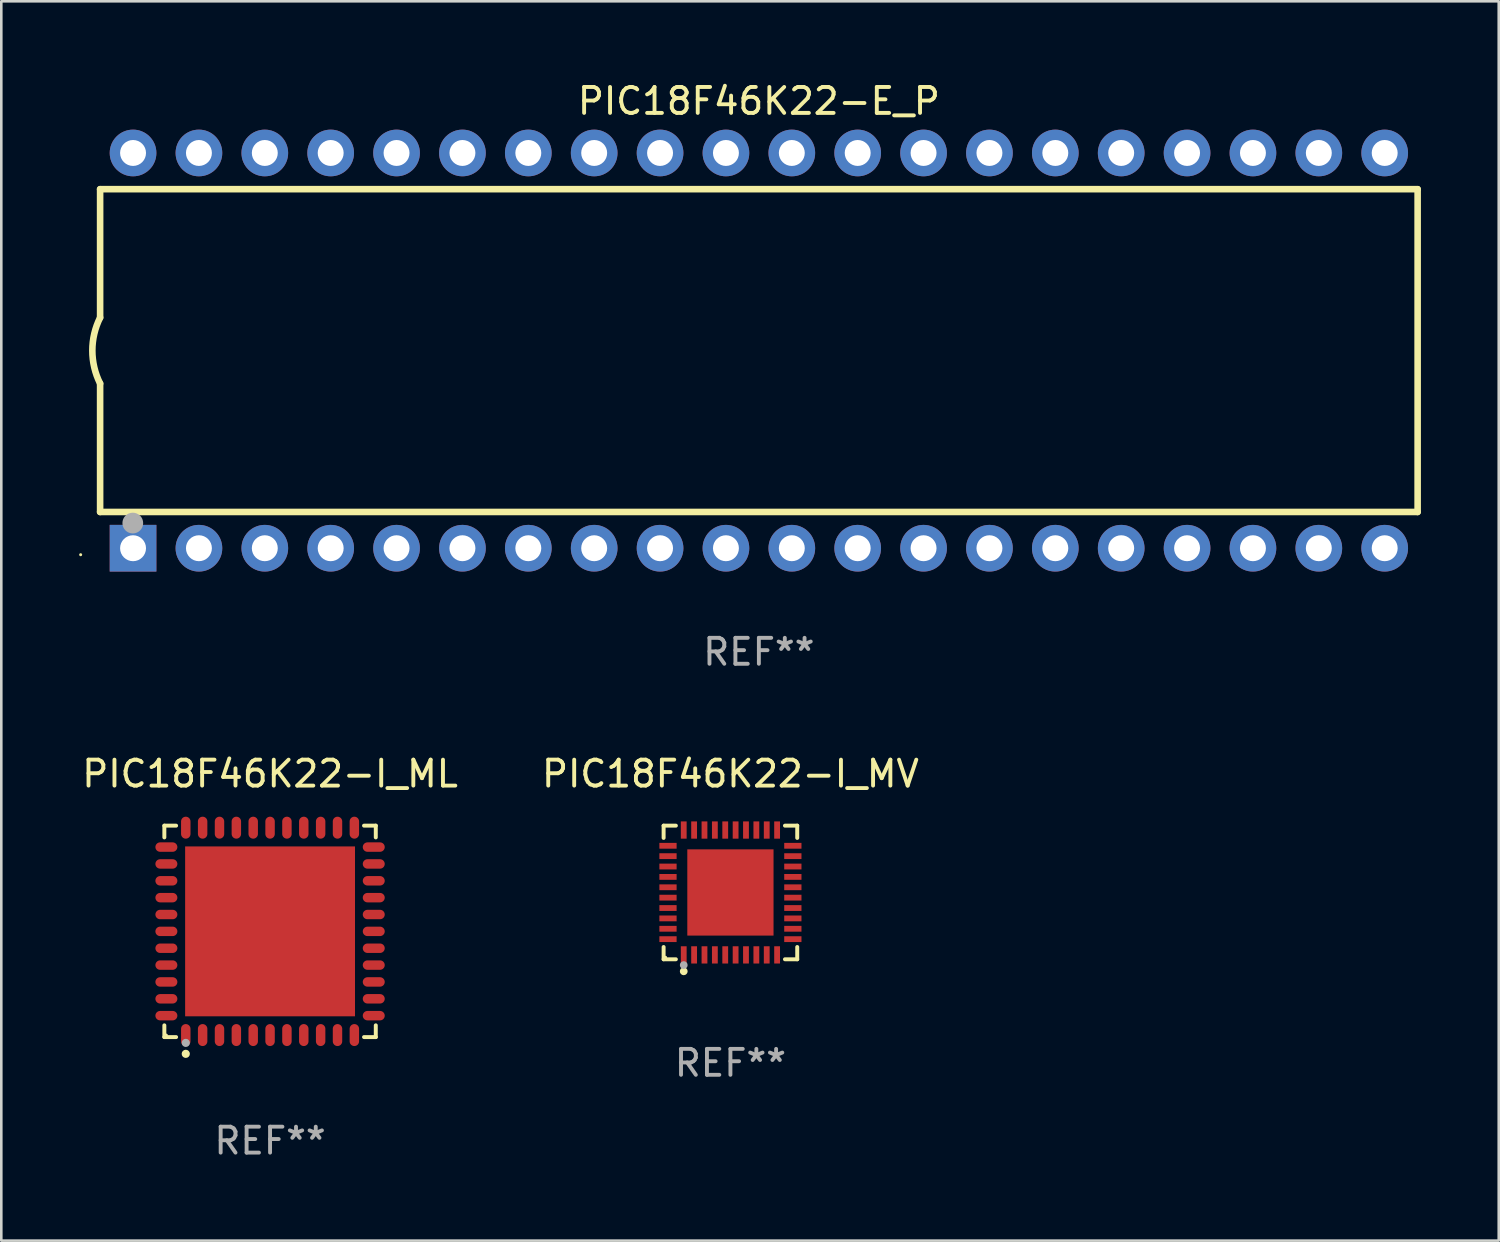
<source format=kicad_pcb>
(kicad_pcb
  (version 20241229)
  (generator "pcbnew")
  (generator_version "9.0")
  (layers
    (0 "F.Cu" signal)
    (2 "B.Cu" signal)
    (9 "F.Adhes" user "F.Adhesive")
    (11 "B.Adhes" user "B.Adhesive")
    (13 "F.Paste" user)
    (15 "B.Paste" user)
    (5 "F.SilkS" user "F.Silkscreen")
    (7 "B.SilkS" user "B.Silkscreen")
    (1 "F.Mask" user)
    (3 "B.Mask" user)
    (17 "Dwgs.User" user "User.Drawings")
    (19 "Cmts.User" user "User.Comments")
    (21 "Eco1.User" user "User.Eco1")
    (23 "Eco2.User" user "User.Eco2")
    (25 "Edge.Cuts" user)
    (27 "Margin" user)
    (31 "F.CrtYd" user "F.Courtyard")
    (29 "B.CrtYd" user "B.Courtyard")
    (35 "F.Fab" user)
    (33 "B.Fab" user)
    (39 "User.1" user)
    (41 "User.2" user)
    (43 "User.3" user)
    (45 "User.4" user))
  (footprint "PIC18F46K22-I_ML"
    (layer "F.Cu")
    (at 7.363 32.861)
    (property "Reference" "PIC18F46K22-I_ML" (at 0 -6.076 0) (layer "F.SilkS") (effects (font (size 1 1) (thickness 0.15))))
    (attr through_hole)
    (fp_line (start -4.076 -4.076) (end -3.623 -4.076) (stroke (width 0.152) (type solid)) (layer "F.SilkS"))
    (fp_line (start -4.076 -3.623) (end -4.076 -4.076) (stroke (width 0.152) (type solid)) (layer "F.SilkS"))
    (fp_line (start -4.076 3.623) (end -4.076 4.076) (stroke (width 0.152) (type solid)) (layer "F.SilkS"))
    (fp_line (start -4.076 4.076) (end -3.623 4.076) (stroke (width 0.152) (type solid)) (layer "F.SilkS"))
    (fp_line (start 4.076 -4.076) (end 3.623 -4.076) (stroke (width 0.152) (type solid)) (layer "F.SilkS"))
    (fp_line (start 4.076 -3.623) (end 4.076 -4.076) (stroke (width 0.152) (type solid)) (layer "F.SilkS"))
    (fp_line (start 4.076 3.623) (end 4.076 4.076) (stroke (width 0.152) (type solid)) (layer "F.SilkS"))
    (fp_line (start 4.076 4.076) (end 3.623 4.076) (stroke (width 0.152) (type solid)) (layer "F.SilkS"))
    (fp_circle (center -4 4) (end -3.97 4) (stroke (width 0.06) (type solid)) (fill no) (layer "F.SilkS"))
    (fp_circle (center -3.25 4.722) (end -3.171 4.722) (stroke (width 0.158) (type solid)) (fill no) (layer "F.SilkS"))
    (fp_circle (center -3.25 4.3) (end -3.171 4.3) (stroke (width 0.158) (type solid)) (fill no) (layer "F.Fab"))
    (fp_text user "REF**" (at 0 8.076 0) (layer "F.Fab") (effects (font (size 1 1) (thickness 0.15))))
    (pad "1" smd oval (at -3.25 3.998) (size 0.364 0.847) (layers "F.Cu" "F.Mask" "F.Paste"))
    (pad "2" smd oval (at -2.6 3.998) (size 0.364 0.847) (layers "F.Cu" "F.Mask" "F.Paste"))
    (pad "3" smd oval (at -1.95 3.998) (size 0.364 0.847) (layers "F.Cu" "F.Mask" "F.Paste"))
    (pad "4" smd oval (at -1.3 3.998) (size 0.364 0.847) (layers "F.Cu" "F.Mask" "F.Paste"))
    (pad "5" smd oval (at -0.65 3.998) (size 0.364 0.847) (layers "F.Cu" "F.Mask" "F.Paste"))
    (pad "6" smd oval (at 0 3.998) (size 0.364 0.847) (layers "F.Cu" "F.Mask" "F.Paste"))
    (pad "7" smd oval (at 0.65 3.998) (size 0.364 0.847) (layers "F.Cu" "F.Mask" "F.Paste"))
    (pad "8" smd oval (at 1.3 3.998) (size 0.364 0.847) (layers "F.Cu" "F.Mask" "F.Paste"))
    (pad "9" smd oval (at 1.95 3.998) (size 0.364 0.847) (layers "F.Cu" "F.Mask" "F.Paste"))
    (pad "10" smd oval (at 2.6 3.998) (size 0.364 0.847) (layers "F.Cu" "F.Mask" "F.Paste"))
    (pad "11" smd oval (at 3.25 3.998) (size 0.364 0.847) (layers "F.Cu" "F.Mask" "F.Paste"))
    (pad "12" smd oval (at 3.998 3.25) (size 0.847 0.364) (layers "F.Cu" "F.Mask" "F.Paste"))
    (pad "13" smd oval (at 3.998 2.6) (size 0.847 0.364) (layers "F.Cu" "F.Mask" "F.Paste"))
    (pad "14" smd oval (at 3.998 1.95) (size 0.847 0.364) (layers "F.Cu" "F.Mask" "F.Paste"))
    (pad "15" smd oval (at 3.998 1.3) (size 0.847 0.364) (layers "F.Cu" "F.Mask" "F.Paste"))
    (pad "16" smd oval (at 3.998 0.65) (size 0.847 0.364) (layers "F.Cu" "F.Mask" "F.Paste"))
    (pad "17" smd oval (at 3.998 0) (size 0.847 0.364) (layers "F.Cu" "F.Mask" "F.Paste"))
    (pad "18" smd oval (at 3.998 -0.65) (size 0.847 0.364) (layers "F.Cu" "F.Mask" "F.Paste"))
    (pad "19" smd oval (at 3.998 -1.3) (size 0.847 0.364) (layers "F.Cu" "F.Mask" "F.Paste"))
    (pad "20" smd oval (at 3.998 -1.95) (size 0.847 0.364) (layers "F.Cu" "F.Mask" "F.Paste"))
    (pad "21" smd oval (at 3.998 -2.6) (size 0.847 0.364) (layers "F.Cu" "F.Mask" "F.Paste"))
    (pad "22" smd oval (at 3.998 -3.25) (size 0.847 0.364) (layers "F.Cu" "F.Mask" "F.Paste"))
    (pad "23" smd oval (at 3.25 -3.998) (size 0.364 0.847) (layers "F.Cu" "F.Mask" "F.Paste"))
    (pad "24" smd oval (at 2.6 -3.998) (size 0.364 0.847) (layers "F.Cu" "F.Mask" "F.Paste"))
    (pad "25" smd oval (at 1.95 -3.998) (size 0.364 0.847) (layers "F.Cu" "F.Mask" "F.Paste"))
    (pad "26" smd oval (at 1.3 -3.998) (size 0.364 0.847) (layers "F.Cu" "F.Mask" "F.Paste"))
    (pad "27" smd oval (at 0.65 -3.998) (size 0.364 0.847) (layers "F.Cu" "F.Mask" "F.Paste"))
    (pad "28" smd oval (at 0 -3.998) (size 0.364 0.847) (layers "F.Cu" "F.Mask" "F.Paste"))
    (pad "29" smd oval (at -0.65 -3.998) (size 0.364 0.847) (layers "F.Cu" "F.Mask" "F.Paste"))
    (pad "30" smd oval (at -1.3 -3.998) (size 0.364 0.847) (layers "F.Cu" "F.Mask" "F.Paste"))
    (pad "31" smd oval (at -1.95 -3.998) (size 0.364 0.847) (layers "F.Cu" "F.Mask" "F.Paste"))
    (pad "32" smd oval (at -2.6 -3.998) (size 0.364 0.847) (layers "F.Cu" "F.Mask" "F.Paste"))
    (pad "33" smd oval (at -3.25 -3.998) (size 0.364 0.847) (layers "F.Cu" "F.Mask" "F.Paste"))
    (pad "34" smd oval (at -3.998 -3.25) (size 0.847 0.364) (layers "F.Cu" "F.Mask" "F.Paste"))
    (pad "35" smd oval (at -3.998 -2.6) (size 0.847 0.364) (layers "F.Cu" "F.Mask" "F.Paste"))
    (pad "36" smd oval (at -3.998 -1.95) (size 0.847 0.364) (layers "F.Cu" "F.Mask" "F.Paste"))
    (pad "37" smd oval (at -3.998 -1.3) (size 0.847 0.364) (layers "F.Cu" "F.Mask" "F.Paste"))
    (pad "38" smd oval (at -3.998 -0.65) (size 0.847 0.364) (layers "F.Cu" "F.Mask" "F.Paste"))
    (pad "39" smd oval (at -3.998 0) (size 0.847 0.364) (layers "F.Cu" "F.Mask" "F.Paste"))
    (pad "40" smd oval (at -3.998 0.65) (size 0.847 0.364) (layers "F.Cu" "F.Mask" "F.Paste"))
    (pad "41" smd oval (at -3.998 1.3) (size 0.847 0.364) (layers "F.Cu" "F.Mask" "F.Paste"))
    (pad "42" smd oval (at -3.998 1.95) (size 0.847 0.364) (layers "F.Cu" "F.Mask" "F.Paste"))
    (pad "43" smd oval (at -3.998 2.6) (size 0.847 0.364) (layers "F.Cu" "F.Mask" "F.Paste"))
    (pad "44" smd oval (at -3.998 3.25) (size 0.847 0.364) (layers "F.Cu" "F.Mask" "F.Paste"))
    (pad "45" smd rect (at 0 0) (size 6.55 6.55) (layers "F.Cu" "F.Mask" "F.Paste")))
  (footprint "PIC18F46K22-E_P"
    (layer "F.Cu")
    (at 26.21 10.468)
    (property "Reference" "PIC18F46K22-E_P" (at 0 -9.62 0) (layer "F.SilkS") (effects (font (size 1 1) (thickness 0.15))))
    (attr through_hole)
    (fp_line (start -25.4 -6.224) (end -25.4 -1.271) (stroke (width 0.254) (type solid)) (layer "F.SilkS"))
    (fp_line (start -25.4 -6.224) (end 25.4 -6.224) (stroke (width 0.254) (type solid)) (layer "F.SilkS"))
    (fp_line (start -25.4 1.269) (end -25.4 6.222) (stroke (width 0.254) (type solid)) (layer "F.SilkS"))
    (fp_line (start -25.4 6.222) (end 25.4 6.222) (stroke (width 0.254) (type solid)) (layer "F.SilkS"))
    (fp_line (start 25.4 6.222) (end 25.4 -6.224) (stroke (width 0.254) (type solid)) (layer "F.SilkS"))
    (fp_arc (start -25.4 1.269241) (mid -25.699807 -0.000762) (end -25.4 -1.270765) (stroke (width 0.254001) (type solid)) (layer "F.SilkS"))
    (fp_circle (center -26.15 7.87) (end -26.12 7.87) (stroke (width 0.06) (type solid)) (fill no) (layer "F.SilkS"))
    (fp_circle (center -24.14 6.65) (end -23.94 6.65) (stroke (width 0.4) (type solid)) (fill no) (layer "F.Fab"))
    (fp_text user "REF**" (at 0 11.62 0) (layer "F.Fab") (effects (font (size 1 1) (thickness 0.15))))
    (pad "1" thru_hole rect (at -24.13 7.62 90) (size 1.8 1.8) (drill 1) (layers "*.Cu" "*.Mask"))
    (pad "2" thru_hole circle (at -21.59 7.62) (size 1.8 1.8) (drill 1) (layers "*.Cu" "*.Mask"))
    (pad "3" thru_hole circle (at -19.05 7.62) (size 1.8 1.8) (drill 1) (layers "*.Cu" "*.Mask"))
    (pad "4" thru_hole circle (at -16.51 7.62) (size 1.8 1.8) (drill 1) (layers "*.Cu" "*.Mask"))
    (pad "5" thru_hole circle (at -13.97 7.62) (size 1.8 1.8) (drill 1) (layers "*.Cu" "*.Mask"))
    (pad "6" thru_hole circle (at -11.43 7.62) (size 1.8 1.8) (drill 1) (layers "*.Cu" "*.Mask"))
    (pad "7" thru_hole circle (at -8.89 7.62) (size 1.8 1.8) (drill 1) (layers "*.Cu" "*.Mask"))
    (pad "8" thru_hole circle (at -6.35 7.62) (size 1.8 1.8) (drill 1) (layers "*.Cu" "*.Mask"))
    (pad "9" thru_hole circle (at -3.81 7.62) (size 1.8 1.8) (drill 1) (layers "*.Cu" "*.Mask"))
    (pad "10" thru_hole circle (at -1.27 7.62) (size 1.8 1.8) (drill 1) (layers "*.Cu" "*.Mask"))
    (pad "11" thru_hole circle (at 1.27 7.62) (size 1.8 1.8) (drill 1) (layers "*.Cu" "*.Mask"))
    (pad "12" thru_hole circle (at 3.81 7.62) (size 1.8 1.8) (drill 1) (layers "*.Cu" "*.Mask"))
    (pad "13" thru_hole circle (at 6.35 7.62) (size 1.8 1.8) (drill 1) (layers "*.Cu" "*.Mask"))
    (pad "14" thru_hole circle (at 8.89 7.62) (size 1.8 1.8) (drill 1) (layers "*.Cu" "*.Mask"))
    (pad "15" thru_hole circle (at 11.43 7.62) (size 1.8 1.8) (drill 1) (layers "*.Cu" "*.Mask"))
    (pad "16" thru_hole circle (at 13.97 7.62) (size 1.8 1.8) (drill 1) (layers "*.Cu" "*.Mask"))
    (pad "17" thru_hole circle (at 16.51 7.62) (size 1.8 1.8) (drill 1) (layers "*.Cu" "*.Mask"))
    (pad "18" thru_hole circle (at 19.05 7.62) (size 1.8 1.8) (drill 1) (layers "*.Cu" "*.Mask"))
    (pad "19" thru_hole circle (at 21.59 7.62) (size 1.8 1.8) (drill 1) (layers "*.Cu" "*.Mask"))
    (pad "20" thru_hole circle (at 24.13 7.62) (size 1.8 1.8) (drill 1) (layers "*.Cu" "*.Mask"))
    (pad "21" thru_hole circle (at 24.13 -7.62) (size 1.8 1.8) (drill 1) (layers "*.Cu" "*.Mask"))
    (pad "22" thru_hole circle (at 21.59 -7.62) (size 1.8 1.8) (drill 1) (layers "*.Cu" "*.Mask"))
    (pad "23" thru_hole circle (at 19.05 -7.62) (size 1.8 1.8) (drill 1) (layers "*.Cu" "*.Mask"))
    (pad "24" thru_hole circle (at 16.51 -7.62) (size 1.8 1.8) (drill 1) (layers "*.Cu" "*.Mask"))
    (pad "25" thru_hole circle (at 13.97 -7.62) (size 1.8 1.8) (drill 1) (layers "*.Cu" "*.Mask"))
    (pad "26" thru_hole circle (at 11.43 -7.62) (size 1.8 1.8) (drill 1) (layers "*.Cu" "*.Mask"))
    (pad "27" thru_hole circle (at 8.89 -7.62) (size 1.8 1.8) (drill 1) (layers "*.Cu" "*.Mask"))
    (pad "28" thru_hole circle (at 6.35 -7.62) (size 1.8 1.8) (drill 1) (layers "*.Cu" "*.Mask"))
    (pad "29" thru_hole circle (at 3.81 -7.62) (size 1.8 1.8) (drill 1) (layers "*.Cu" "*.Mask"))
    (pad "30" thru_hole circle (at 1.27 -7.62) (size 1.8 1.8) (drill 1) (layers "*.Cu" "*.Mask"))
    (pad "31" thru_hole circle (at -1.27 -7.62) (size 1.8 1.8) (drill 1) (layers "*.Cu" "*.Mask"))
    (pad "32" thru_hole circle (at -3.81 -7.62) (size 1.8 1.8) (drill 1) (layers "*.Cu" "*.Mask"))
    (pad "33" thru_hole circle (at -6.35 -7.62) (size 1.8 1.8) (drill 1) (layers "*.Cu" "*.Mask"))
    (pad "34" thru_hole circle (at -8.89 -7.62) (size 1.8 1.8) (drill 1) (layers "*.Cu" "*.Mask"))
    (pad "35" thru_hole circle (at -11.43 -7.62) (size 1.8 1.8) (drill 1) (layers "*.Cu" "*.Mask"))
    (pad "36" thru_hole circle (at -13.97 -7.62) (size 1.8 1.8) (drill 1) (layers "*.Cu" "*.Mask"))
    (pad "37" thru_hole circle (at -16.51 -7.62) (size 1.8 1.8) (drill 1) (layers "*.Cu" "*.Mask"))
    (pad "38" thru_hole circle (at -19.05 -7.62) (size 1.8 1.8) (drill 1) (layers "*.Cu" "*.Mask"))
    (pad "39" thru_hole circle (at -21.59 -7.62) (size 1.8 1.8) (drill 1) (layers "*.Cu" "*.Mask"))
    (pad "40" thru_hole circle (at -24.13 -7.62) (size 1.8 1.8) (drill 1) (layers "*.Cu" "*.Mask")))
  (footprint "PIC18F46K22-I_MV"
    (layer "F.Cu")
    (at 25.113 31.361)
    (property "Reference" "PIC18F46K22-I_MV" (at 0 -4.576 0) (layer "F.SilkS") (effects (font (size 1 1) (thickness 0.15))))
    (attr through_hole)
    (fp_line (start -2.576 -2.576) (end -2.103 -2.576) (stroke (width 0.152) (type solid)) (layer "F.SilkS"))
    (fp_line (start -2.576 -2.103) (end -2.576 -2.576) (stroke (width 0.152) (type solid)) (layer "F.SilkS"))
    (fp_line (start -2.576 2.103) (end -2.576 2.576) (stroke (width 0.152) (type solid)) (layer "F.SilkS"))
    (fp_line (start -2.576 2.576) (end -2.103 2.576) (stroke (width 0.152) (type solid)) (layer "F.SilkS"))
    (fp_line (start 2.576 -2.576) (end 2.103 -2.576) (stroke (width 0.152) (type solid)) (layer "F.SilkS"))
    (fp_line (start 2.576 -2.103) (end 2.576 -2.576) (stroke (width 0.152) (type solid)) (layer "F.SilkS"))
    (fp_line (start 2.576 2.103) (end 2.576 2.576) (stroke (width 0.152) (type solid)) (layer "F.SilkS"))
    (fp_line (start 2.576 2.576) (end 2.103 2.576) (stroke (width 0.152) (type solid)) (layer "F.SilkS"))
    (fp_circle (center -2.5 2.5) (end -2.47 2.5) (stroke (width 0.06) (type solid)) (fill no) (layer "F.SilkS"))
    (fp_circle (center -1.8 3.04) (end -1.725 3.04) (stroke (width 0.15) (type solid)) (fill no) (layer "F.SilkS"))
    (fp_circle (center -1.8 2.8) (end -1.725 2.8) (stroke (width 0.15) (type solid)) (fill no) (layer "F.Fab"))
    (fp_text user "REF**" (at 0 6.576 0) (layer "F.Fab") (effects (font (size 1 1) (thickness 0.15))))
    (pad "1" smd rect (at -1.8 2.407) (size 0.224 0.665) (layers "F.Cu" "F.Mask" "F.Paste"))
    (pad "2" smd rect (at -1.4 2.407) (size 0.224 0.665) (layers "F.Cu" "F.Mask" "F.Paste"))
    (pad "3" smd rect (at -1 2.407) (size 0.224 0.665) (layers "F.Cu" "F.Mask" "F.Paste"))
    (pad "4" smd rect (at -0.6 2.407) (size 0.224 0.665) (layers "F.Cu" "F.Mask" "F.Paste"))
    (pad "5" smd rect (at -0.2 2.407) (size 0.224 0.665) (layers "F.Cu" "F.Mask" "F.Paste"))
    (pad "6" smd rect (at 0.2 2.407) (size 0.224 0.665) (layers "F.Cu" "F.Mask" "F.Paste"))
    (pad "7" smd rect (at 0.6 2.407) (size 0.224 0.665) (layers "F.Cu" "F.Mask" "F.Paste"))
    (pad "8" smd rect (at 1 2.407) (size 0.224 0.665) (layers "F.Cu" "F.Mask" "F.Paste"))
    (pad "9" smd rect (at 1.4 2.407) (size 0.224 0.665) (layers "F.Cu" "F.Mask" "F.Paste"))
    (pad "10" smd rect (at 1.8 2.407) (size 0.224 0.665) (layers "F.Cu" "F.Mask" "F.Paste"))
    (pad "11" smd rect (at 2.407 1.8) (size 0.665 0.224) (layers "F.Cu" "F.Mask" "F.Paste"))
    (pad "12" smd rect (at 2.407 1.4) (size 0.665 0.224) (layers "F.Cu" "F.Mask" "F.Paste"))
    (pad "13" smd rect (at 2.407 1) (size 0.665 0.224) (layers "F.Cu" "F.Mask" "F.Paste"))
    (pad "14" smd rect (at 2.407 0.6) (size 0.665 0.224) (layers "F.Cu" "F.Mask" "F.Paste"))
    (pad "15" smd rect (at 2.407 0.2) (size 0.665 0.224) (layers "F.Cu" "F.Mask" "F.Paste"))
    (pad "16" smd rect (at 2.407 -0.2) (size 0.665 0.224) (layers "F.Cu" "F.Mask" "F.Paste"))
    (pad "17" smd rect (at 2.407 -0.6) (size 0.665 0.224) (layers "F.Cu" "F.Mask" "F.Paste"))
    (pad "18" smd rect (at 2.407 -1) (size 0.665 0.224) (layers "F.Cu" "F.Mask" "F.Paste"))
    (pad "19" smd rect (at 2.407 -1.4) (size 0.665 0.224) (layers "F.Cu" "F.Mask" "F.Paste"))
    (pad "20" smd rect (at 2.407 -1.8) (size 0.665 0.224) (layers "F.Cu" "F.Mask" "F.Paste"))
    (pad "21" smd rect (at 1.8 -2.407) (size 0.224 0.665) (layers "F.Cu" "F.Mask" "F.Paste"))
    (pad "22" smd rect (at 1.4 -2.407) (size 0.224 0.665) (layers "F.Cu" "F.Mask" "F.Paste"))
    (pad "23" smd rect (at 1 -2.407) (size 0.224 0.665) (layers "F.Cu" "F.Mask" "F.Paste"))
    (pad "24" smd rect (at 0.6 -2.407) (size 0.224 0.665) (layers "F.Cu" "F.Mask" "F.Paste"))
    (pad "25" smd rect (at 0.2 -2.407) (size 0.224 0.665) (layers "F.Cu" "F.Mask" "F.Paste"))
    (pad "26" smd rect (at -0.2 -2.407) (size 0.224 0.665) (layers "F.Cu" "F.Mask" "F.Paste"))
    (pad "27" smd rect (at -0.6 -2.407) (size 0.224 0.665) (layers "F.Cu" "F.Mask" "F.Paste"))
    (pad "28" smd rect (at -1 -2.407) (size 0.224 0.665) (layers "F.Cu" "F.Mask" "F.Paste"))
    (pad "29" smd rect (at -1.4 -2.407) (size 0.224 0.665) (layers "F.Cu" "F.Mask" "F.Paste"))
    (pad "30" smd rect (at -1.8 -2.407) (size 0.224 0.665) (layers "F.Cu" "F.Mask" "F.Paste"))
    (pad "31" smd rect (at -2.407 -1.8) (size 0.665 0.224) (layers "F.Cu" "F.Mask" "F.Paste"))
    (pad "32" smd rect (at -2.407 -1.4) (size 0.665 0.224) (layers "F.Cu" "F.Mask" "F.Paste"))
    (pad "33" smd rect (at -2.407 -1) (size 0.665 0.224) (layers "F.Cu" "F.Mask" "F.Paste"))
    (pad "34" smd rect (at -2.407 -0.6) (size 0.665 0.224) (layers "F.Cu" "F.Mask" "F.Paste"))
    (pad "35" smd rect (at -2.407 -0.2) (size 0.665 0.224) (layers "F.Cu" "F.Mask" "F.Paste"))
    (pad "36" smd rect (at -2.407 0.2) (size 0.665 0.224) (layers "F.Cu" "F.Mask" "F.Paste"))
    (pad "37" smd rect (at -2.407 0.6) (size 0.665 0.224) (layers "F.Cu" "F.Mask" "F.Paste"))
    (pad "38" smd rect (at -2.407 1) (size 0.665 0.224) (layers "F.Cu" "F.Mask" "F.Paste"))
    (pad "39" smd rect (at -2.407 1.4) (size 0.665 0.224) (layers "F.Cu" "F.Mask" "F.Paste"))
    (pad "40" smd rect (at -2.407 1.8) (size 0.665 0.224) (layers "F.Cu" "F.Mask" "F.Paste"))
    (pad "41" smd rect (at 0 0) (size 3.325 3.325) (layers "F.Cu" "F.Mask" "F.Paste")))
  (gr_rect
    (start -3 -3)
    (end 54.737 44.785)
    (stroke (width 0.1) (type default))
    (fill no)
    (layer "Edge.Cuts")))
</source>
